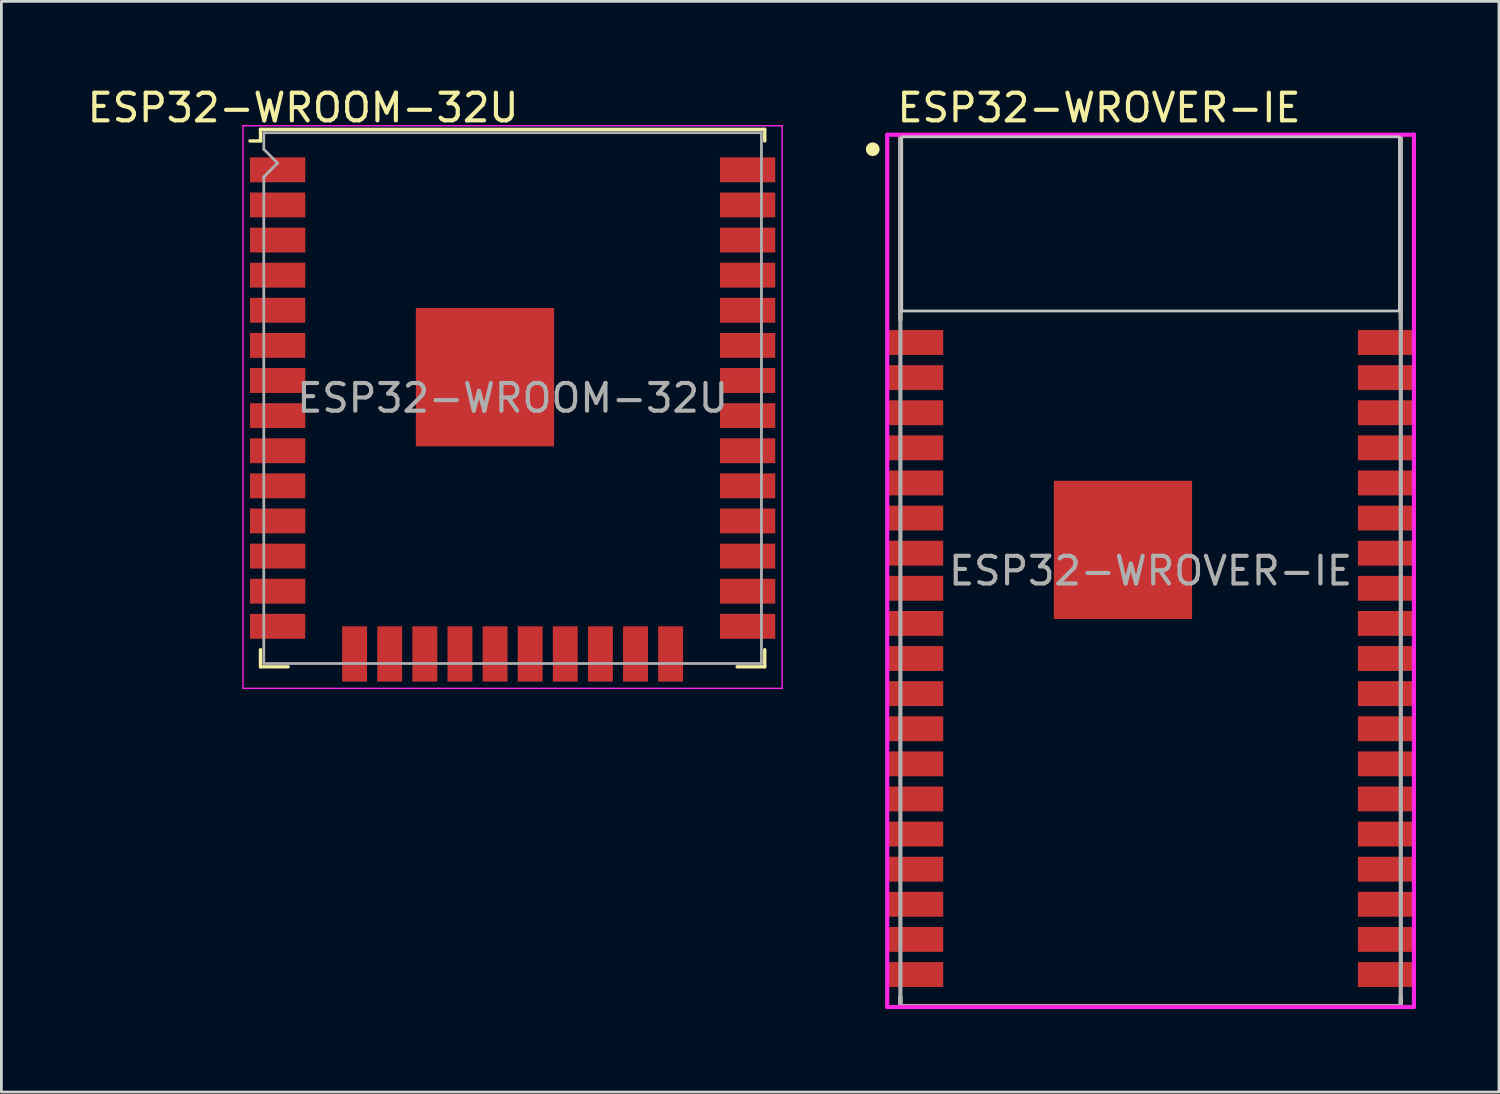
<source format=kicad_pcb>
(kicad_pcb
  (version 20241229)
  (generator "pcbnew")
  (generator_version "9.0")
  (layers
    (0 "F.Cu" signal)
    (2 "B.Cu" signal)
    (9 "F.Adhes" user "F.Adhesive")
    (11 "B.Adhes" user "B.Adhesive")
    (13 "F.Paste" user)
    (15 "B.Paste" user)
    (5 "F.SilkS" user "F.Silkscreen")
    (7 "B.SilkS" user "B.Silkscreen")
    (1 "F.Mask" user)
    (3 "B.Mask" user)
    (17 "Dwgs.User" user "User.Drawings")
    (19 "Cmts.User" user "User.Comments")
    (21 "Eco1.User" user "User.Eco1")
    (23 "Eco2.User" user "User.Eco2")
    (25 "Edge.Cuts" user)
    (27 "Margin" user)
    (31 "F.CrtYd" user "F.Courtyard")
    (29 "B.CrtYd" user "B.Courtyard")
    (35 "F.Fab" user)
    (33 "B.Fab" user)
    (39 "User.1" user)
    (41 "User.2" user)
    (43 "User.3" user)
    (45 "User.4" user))
  (footprint "ESP32-WROOM-32U"
    (layer "F.Cu")
    (at 15.491 11.348)
    (property "Reference" "ESP32-WROOM-32U" (at -7.58 -10.5 180) (layer "F.SilkS") (effects (font (size 1 1) (thickness 0.15))))
    (attr smd)
    (fp_line (start -9.12 -9.72) (end -9.12 -9.3) (stroke (width 0.12) (type solid)) (layer "F.SilkS"))
    (fp_line (start -9.12 -9.72) (end 9.12 -9.72) (stroke (width 0.12) (type solid)) (layer "F.SilkS"))
    (fp_line (start -9.12 -9.3) (end -9.5 -9.3) (stroke (width 0.12) (type solid)) (layer "F.SilkS"))
    (fp_line (start -9.12 9.1) (end -9.12 9.72) (stroke (width 0.12) (type solid)) (layer "F.SilkS"))
    (fp_line (start -9.12 9.72) (end -8.12 9.72) (stroke (width 0.12) (type solid)) (layer "F.SilkS"))
    (fp_line (start 9.12 -9.72) (end 9.12 -9.3) (stroke (width 0.12) (type solid)) (layer "F.SilkS"))
    (fp_line (start 9.12 9.1) (end 9.12 9.72) (stroke (width 0.12) (type solid)) (layer "F.SilkS"))
    (fp_line (start 9.12 9.72) (end 8.12 9.72) (stroke (width 0.12) (type solid)) (layer "F.SilkS"))
    (fp_line (start -9.75 10.5) (end -9.75 -9.85) (stroke (width 0.05) (type solid)) (layer "F.CrtYd"))
    (fp_line (start -9.75 10.5) (end 9.75 10.5) (stroke (width 0.05) (type solid)) (layer "F.CrtYd"))
    (fp_line (start 9.75 -9.85) (end -9.75 -9.85) (stroke (width 0.05) (type solid)) (layer "F.CrtYd"))
    (fp_line (start 9.75 -9.85) (end 9.75 10.5) (stroke (width 0.05) (type solid)) (layer "F.CrtYd"))
    (fp_line (start -9 -9.6) (end -9 -9) (stroke (width 0.1) (type solid)) (layer "F.Fab"))
    (fp_line (start -9 -9.6) (end 9 -9.6) (stroke (width 0.1) (type solid)) (layer "F.Fab"))
    (fp_line (start -9 -8) (end -9 9.6) (stroke (width 0.1) (type solid)) (layer "F.Fab"))
    (fp_line (start -9 -8) (end -8.5 -8.5) (stroke (width 0.1) (type solid)) (layer "F.Fab"))
    (fp_line (start -9 9.6) (end 9 9.6) (stroke (width 0.1) (type solid)) (layer "F.Fab"))
    (fp_line (start -8.5 -8.5) (end -9 -9) (stroke (width 0.1) (type solid)) (layer "F.Fab"))
    (fp_line (start 9 9.6) (end 9 -9.6) (stroke (width 0.1) (type solid)) (layer "F.Fab"))
    (fp_text user "${REFERENCE}" (at 0 0 0) (layer "F.Fab") (effects (font (size 1 1) (thickness 0.15))))
    (pad "1" smd rect (at -8.5 -8.255) (size 2 0.9) (layers "F.Cu" "F.Mask" "F.Paste"))
    (pad "2" smd rect (at -8.5 -6.985) (size 2 0.9) (layers "F.Cu" "F.Mask" "F.Paste"))
    (pad "3" smd rect (at -8.5 -5.715) (size 2 0.9) (layers "F.Cu" "F.Mask" "F.Paste"))
    (pad "4" smd rect (at -8.5 -4.445) (size 2 0.9) (layers "F.Cu" "F.Mask" "F.Paste"))
    (pad "5" smd rect (at -8.5 -3.175) (size 2 0.9) (layers "F.Cu" "F.Mask" "F.Paste"))
    (pad "6" smd rect (at -8.5 -1.905) (size 2 0.9) (layers "F.Cu" "F.Mask" "F.Paste"))
    (pad "7" smd rect (at -8.5 -0.635) (size 2 0.9) (layers "F.Cu" "F.Mask" "F.Paste"))
    (pad "8" smd rect (at -8.5 0.635) (size 2 0.9) (layers "F.Cu" "F.Mask" "F.Paste"))
    (pad "9" smd rect (at -8.5 1.905) (size 2 0.9) (layers "F.Cu" "F.Mask" "F.Paste"))
    (pad "10" smd rect (at -8.5 3.175) (size 2 0.9) (layers "F.Cu" "F.Mask" "F.Paste"))
    (pad "11" smd rect (at -8.5 4.445) (size 2 0.9) (layers "F.Cu" "F.Mask" "F.Paste"))
    (pad "12" smd rect (at -8.5 5.715) (size 2 0.9) (layers "F.Cu" "F.Mask" "F.Paste"))
    (pad "13" smd rect (at -8.5 6.985) (size 2 0.9) (layers "F.Cu" "F.Mask" "F.Paste"))
    (pad "14" smd rect (at -8.5 8.255) (size 2 0.9) (layers "F.Cu" "F.Mask" "F.Paste"))
    (pad "15" smd rect (at -5.715 9.255 270) (size 2 0.9) (layers "F.Cu" "F.Mask" "F.Paste"))
    (pad "16" smd rect (at -4.445 9.255 90) (size 2 0.9) (layers "F.Cu" "F.Mask" "F.Paste"))
    (pad "17" smd rect (at -3.175 9.255 90) (size 2 0.9) (layers "F.Cu" "F.Mask" "F.Paste"))
    (pad "18" smd rect (at -1.905 9.255 90) (size 2 0.9) (layers "F.Cu" "F.Mask" "F.Paste"))
    (pad "19" smd rect (at -0.635 9.255 90) (size 2 0.9) (layers "F.Cu" "F.Mask" "F.Paste"))
    (pad "20" smd rect (at 0.635 9.255 90) (size 2 0.9) (layers "F.Cu" "F.Mask" "F.Paste"))
    (pad "21" smd rect (at 1.905 9.255 90) (size 2 0.9) (layers "F.Cu" "F.Mask" "F.Paste"))
    (pad "22" smd rect (at 3.175 9.255 90) (size 2 0.9) (layers "F.Cu" "F.Mask" "F.Paste"))
    (pad "23" smd rect (at 4.445 9.255 90) (size 2 0.9) (layers "F.Cu" "F.Mask" "F.Paste"))
    (pad "24" smd rect (at 5.715 9.255 90) (size 2 0.9) (layers "F.Cu" "F.Mask" "F.Paste"))
    (pad "25" smd rect (at 8.5 8.255) (size 2 0.9) (layers "F.Cu" "F.Mask" "F.Paste"))
    (pad "26" smd rect (at 8.5 6.985) (size 2 0.9) (layers "F.Cu" "F.Mask" "F.Paste"))
    (pad "27" smd rect (at 8.5 5.715) (size 2 0.9) (layers "F.Cu" "F.Mask" "F.Paste"))
    (pad "28" smd rect (at 8.5 4.445) (size 2 0.9) (layers "F.Cu" "F.Mask" "F.Paste"))
    (pad "29" smd rect (at 8.5 3.175) (size 2 0.9) (layers "F.Cu" "F.Mask" "F.Paste"))
    (pad "30" smd rect (at 8.5 1.905) (size 2 0.9) (layers "F.Cu" "F.Mask" "F.Paste"))
    (pad "31" smd rect (at 8.5 0.635) (size 2 0.9) (layers "F.Cu" "F.Mask" "F.Paste"))
    (pad "32" smd rect (at 8.5 -0.635) (size 2 0.9) (layers "F.Cu" "F.Mask" "F.Paste"))
    (pad "33" smd rect (at 8.5 -1.905) (size 2 0.9) (layers "F.Cu" "F.Mask" "F.Paste"))
    (pad "34" smd rect (at 8.5 -3.175) (size 2 0.9) (layers "F.Cu" "F.Mask" "F.Paste"))
    (pad "35" smd rect (at 8.5 -4.445) (size 2 0.9) (layers "F.Cu" "F.Mask" "F.Paste"))
    (pad "36" smd rect (at 8.5 -5.715) (size 2 0.9) (layers "F.Cu" "F.Mask" "F.Paste"))
    (pad "37" smd rect (at 8.5 -6.985) (size 2 0.9) (layers "F.Cu" "F.Mask" "F.Paste"))
    (pad "38" smd rect (at 8.5 -8.255) (size 2 0.9) (layers "F.Cu" "F.Mask" "F.Paste"))
    (pad "39" smd rect (at -1 -0.755) (size 5 5) (layers "F.Cu" "F.Mask" "F.Paste")))
  (footprint "ESP32-WROVER-IE"
    (layer "F.Cu")
    (at 38.566 17.598)
    (property "Reference" "ESP32-WROVER-IE" (at -9.25 -16.75 0) (layer "F.SilkS") (effects (font (size 1 1) (thickness 0.15)) (justify left)))
    (attr through_hole)
    (fp_line (start -9.05 -15.75) (end 9.05 -15.75) (stroke (width 0.15) (type solid)) (layer "F.SilkS"))
    (fp_line (start -9.05 -9.085) (end -9.05 -15.75) (stroke (width 0.15) (type solid)) (layer "F.SilkS"))
    (fp_line (start -9.05 15.75) (end -9.05 15.425) (stroke (width 0.15) (type solid)) (layer "F.SilkS"))
    (fp_line (start -9.05 15.75) (end 9.05 15.75) (stroke (width 0.15) (type solid)) (layer "F.SilkS"))
    (fp_line (start 9.05 -9.085) (end 9.05 -15.75) (stroke (width 0.15) (type solid)) (layer "F.SilkS"))
    (fp_line (start 9.05 15.75) (end 9.05 15.425) (stroke (width 0.15) (type solid)) (layer "F.SilkS"))
    (fp_circle (center -10.05 -15.25) (end -9.925 -15.25) (stroke (width 0.25) (type solid)) (fill no) (layer "F.SilkS"))
    (fp_poly (pts (xy -9 -15.7) (xy 9 -15.7) (xy 9 -9.4) (xy -9 -9.4)) (stroke (width 0.1) (type solid)) (fill no) (layer "Dwgs.User"))
    (fp_line (start -9.525 -15.775) (end -9.525 15.775) (stroke (width 0.15) (type solid)) (layer "F.CrtYd"))
    (fp_line (start -9.525 15.775) (end 9.525 15.775) (stroke (width 0.15) (type solid)) (layer "F.CrtYd"))
    (fp_line (start 9.525 -15.775) (end -9.525 -15.775) (stroke (width 0.15) (type solid)) (layer "F.CrtYd"))
    (fp_line (start 9.525 -15.775) (end 9.525 -15.775) (stroke (width 0.15) (type solid)) (layer "F.CrtYd"))
    (fp_line (start 9.525 15.775) (end 9.525 -15.775) (stroke (width 0.15) (type solid)) (layer "F.CrtYd"))
    (fp_line (start -9.05 -15.75) (end 9.05 -15.75) (stroke (width 0.15) (type solid)) (layer "F.Fab"))
    (fp_line (start -9.05 15.75) (end -9.05 -15.75) (stroke (width 0.15) (type solid)) (layer "F.Fab"))
    (fp_line (start 9.05 -15.75) (end 9.05 15.75) (stroke (width 0.15) (type solid)) (layer "F.Fab"))
    (fp_line (start 9.05 15.75) (end -9.05 15.75) (stroke (width 0.15) (type solid)) (layer "F.Fab"))
    (fp_text user "${REFERENCE}" (at 0 0 0) (layer "F.Fab") (effects (font (size 1 1) (thickness 0.15))))
    (pad "1" smd rect (at -8.5 -8.26) (size 2 0.9) (layers "F.Cu" "F.Mask" "F.Paste"))
    (pad "2" smd rect (at -8.5 -6.99) (size 2 0.9) (layers "F.Cu" "F.Mask" "F.Paste"))
    (pad "3" smd rect (at -8.5 -5.72) (size 2 0.9) (layers "F.Cu" "F.Mask" "F.Paste"))
    (pad "4" smd rect (at -8.5 -4.45) (size 2 0.9) (layers "F.Cu" "F.Mask" "F.Paste"))
    (pad "5" smd rect (at -8.5 -3.18) (size 2 0.9) (layers "F.Cu" "F.Mask" "F.Paste"))
    (pad "6" smd rect (at -8.5 -1.91) (size 2 0.9) (layers "F.Cu" "F.Mask" "F.Paste"))
    (pad "7" smd rect (at -8.5 -0.64) (size 2 0.9) (layers "F.Cu" "F.Mask" "F.Paste"))
    (pad "8" smd rect (at -8.5 0.63) (size 2 0.9) (layers "F.Cu" "F.Mask" "F.Paste"))
    (pad "9" smd rect (at -8.5 1.9) (size 2 0.9) (layers "F.Cu" "F.Mask" "F.Paste"))
    (pad "10" smd rect (at -8.5 3.17) (size 2 0.9) (layers "F.Cu" "F.Mask" "F.Paste"))
    (pad "11" smd rect (at -8.5 4.44) (size 2 0.9) (layers "F.Cu" "F.Mask" "F.Paste"))
    (pad "12" smd rect (at -8.5 5.71) (size 2 0.9) (layers "F.Cu" "F.Mask" "F.Paste"))
    (pad "13" smd rect (at -8.5 6.98) (size 2 0.9) (layers "F.Cu" "F.Mask" "F.Paste"))
    (pad "14" smd rect (at -8.5 8.25) (size 2 0.9) (layers "F.Cu" "F.Mask" "F.Paste"))
    (pad "15" smd rect (at -8.5 9.52) (size 2 0.9) (layers "F.Cu" "F.Mask" "F.Paste"))
    (pad "16" smd rect (at -8.5 10.79) (size 2 0.9) (layers "F.Cu" "F.Mask" "F.Paste"))
    (pad "17" smd rect (at -8.5 12.06) (size 2 0.9) (layers "F.Cu" "F.Mask" "F.Paste"))
    (pad "18" smd rect (at -8.5 13.33) (size 2 0.9) (layers "F.Cu" "F.Mask" "F.Paste"))
    (pad "19" smd rect (at -8.5 14.6) (size 2 0.9) (layers "F.Cu" "F.Mask" "F.Paste"))
    (pad "20" smd rect (at 8.5 14.6) (size 2 0.9) (layers "F.Cu" "F.Mask" "F.Paste"))
    (pad "21" smd rect (at 8.5 13.33) (size 2 0.9) (layers "F.Cu" "F.Mask" "F.Paste"))
    (pad "22" smd rect (at 8.5 12.06) (size 2 0.9) (layers "F.Cu" "F.Mask" "F.Paste"))
    (pad "23" smd rect (at 8.5 10.79) (size 2 0.9) (layers "F.Cu" "F.Mask" "F.Paste"))
    (pad "24" smd rect (at 8.5 9.52) (size 2 0.9) (layers "F.Cu" "F.Mask" "F.Paste"))
    (pad "25" smd rect (at 8.5 8.25) (size 2 0.9) (layers "F.Cu" "F.Mask" "F.Paste"))
    (pad "26" smd rect (at 8.5 6.98) (size 2 0.9) (layers "F.Cu" "F.Mask" "F.Paste"))
    (pad "27" smd rect (at 8.5 5.71) (size 2 0.9) (layers "F.Cu" "F.Mask" "F.Paste"))
    (pad "28" smd rect (at 8.5 4.44) (size 2 0.9) (layers "F.Cu" "F.Mask" "F.Paste"))
    (pad "29" smd rect (at 8.5 3.17) (size 2 0.9) (layers "F.Cu" "F.Mask" "F.Paste"))
    (pad "30" smd rect (at 8.5 1.9) (size 2 0.9) (layers "F.Cu" "F.Mask" "F.Paste"))
    (pad "31" smd rect (at 8.5 0.63) (size 2 0.9) (layers "F.Cu" "F.Mask" "F.Paste"))
    (pad "32" smd rect (at 8.5 -0.64) (size 2 0.9) (layers "F.Cu" "F.Mask" "F.Paste"))
    (pad "33" smd rect (at 8.5 -1.91) (size 2 0.9) (layers "F.Cu" "F.Mask" "F.Paste"))
    (pad "34" smd rect (at 8.5 -3.18) (size 2 0.9) (layers "F.Cu" "F.Mask" "F.Paste"))
    (pad "35" smd rect (at 8.5 -4.45) (size 2 0.9) (layers "F.Cu" "F.Mask" "F.Paste"))
    (pad "36" smd rect (at 8.5 -5.72) (size 2 0.9) (layers "F.Cu" "F.Mask" "F.Paste"))
    (pad "37" smd rect (at 8.5 -6.99) (size 2 0.9) (layers "F.Cu" "F.Mask" "F.Paste"))
    (pad "38" smd rect (at 8.5 -8.26) (size 2 0.9) (layers "F.Cu" "F.Mask" "F.Paste"))
    (pad "39" smd rect (at -1 -0.76) (size 5 5) (layers "F.Cu" "F.Mask" "F.Paste")))
  (gr_rect
    (start -3 -3)
    (end 51.166 36.448)
    (stroke (width 0.1) (type default))
    (fill no)
    (layer "Edge.Cuts")))
</source>
